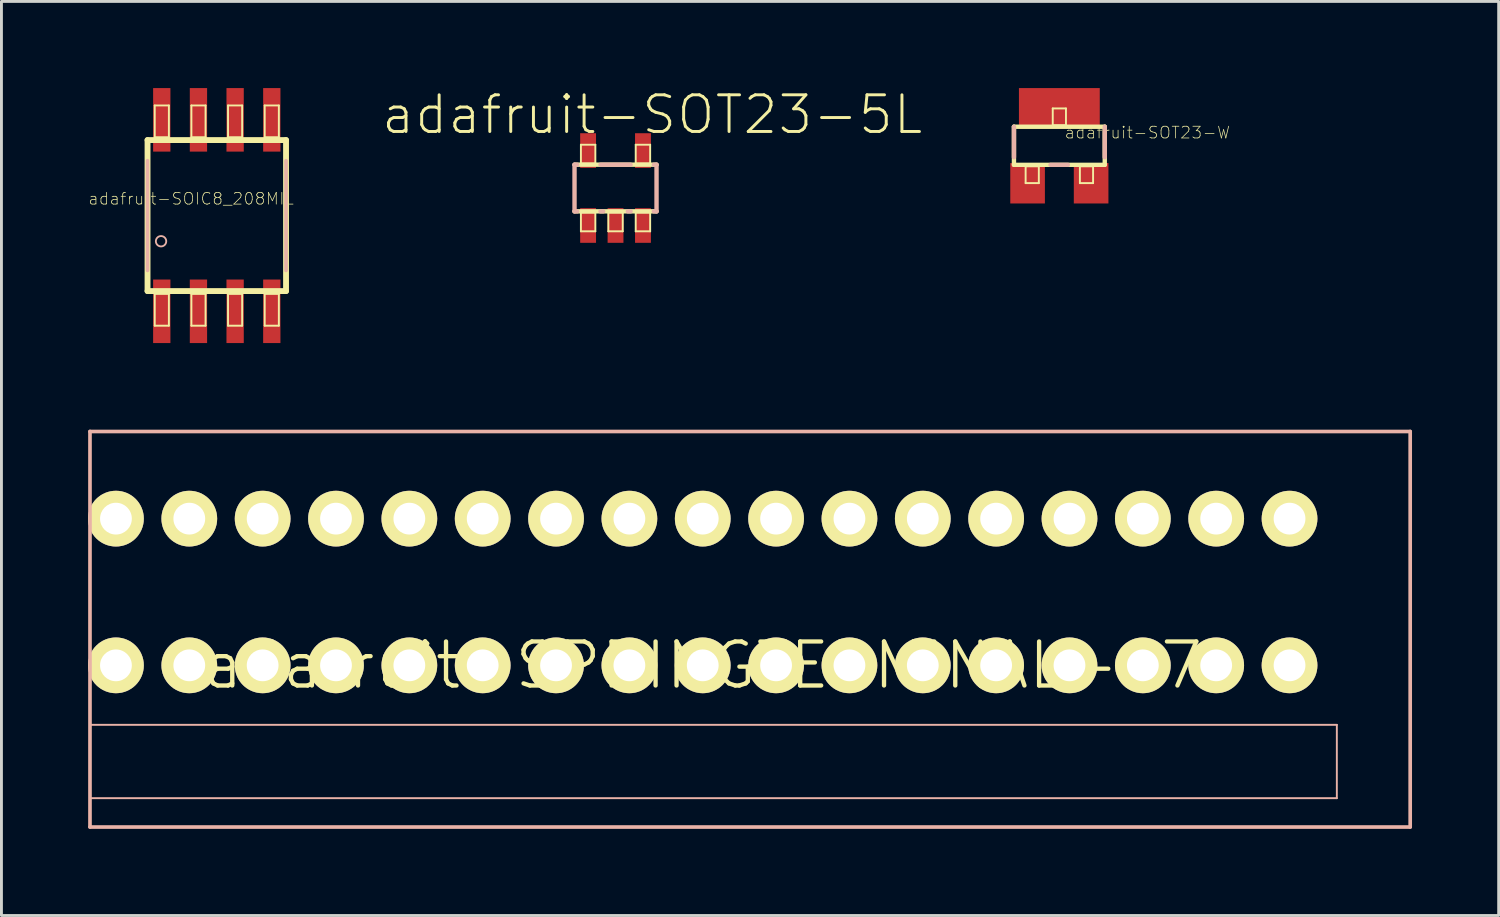
<source format=kicad_pcb>
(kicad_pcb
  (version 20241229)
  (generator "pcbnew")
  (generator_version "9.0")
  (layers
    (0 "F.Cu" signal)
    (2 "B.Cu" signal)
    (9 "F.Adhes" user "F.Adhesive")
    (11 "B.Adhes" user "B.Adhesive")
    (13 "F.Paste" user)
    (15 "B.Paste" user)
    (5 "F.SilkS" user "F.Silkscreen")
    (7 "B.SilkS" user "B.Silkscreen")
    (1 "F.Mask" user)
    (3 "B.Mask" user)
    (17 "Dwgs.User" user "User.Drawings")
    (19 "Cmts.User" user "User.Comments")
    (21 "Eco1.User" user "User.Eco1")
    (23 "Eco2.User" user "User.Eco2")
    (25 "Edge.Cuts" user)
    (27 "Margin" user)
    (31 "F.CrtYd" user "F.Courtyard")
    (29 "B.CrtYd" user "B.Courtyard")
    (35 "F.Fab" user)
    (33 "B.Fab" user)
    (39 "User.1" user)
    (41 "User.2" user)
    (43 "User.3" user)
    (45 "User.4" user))
  (footprint "adafruit-SOIC8_208MIL"
    (layer "F.Cu")
    (at 4.457 4.415)
    (property "Reference" "adafruit-SOIC8_208MIL" (at -0.889 -0.584 0) (layer "F.SilkS") (effects (font (size 0.406 0.406) (thickness 0.025))))
    (attr smd)
    (fp_line (start -2.398 -2.614) (end 2.398 -2.614) (stroke (width 0.203) (type solid)) (layer "F.SilkS"))
    (fp_line (start -2.398 2.614) (end -2.398 -2.614) (stroke (width 0.203) (type solid)) (layer "F.SilkS"))
    (fp_line (start -2.149 -3.813) (end -1.659 -3.813) (stroke (width 0.066) (type solid)) (layer "F.SilkS"))
    (fp_line (start -2.149 -2.713) (end -2.149 -3.813) (stroke (width 0.066) (type solid)) (layer "F.SilkS"))
    (fp_line (start -2.149 -2.713) (end -1.659 -2.713) (stroke (width 0.066) (type solid)) (layer "F.SilkS"))
    (fp_line (start -2.149 2.713) (end -1.659 2.713) (stroke (width 0.066) (type solid)) (layer "F.SilkS"))
    (fp_line (start -2.149 3.813) (end -2.149 2.713) (stroke (width 0.066) (type solid)) (layer "F.SilkS"))
    (fp_line (start -2.149 3.813) (end -1.659 3.813) (stroke (width 0.066) (type solid)) (layer "F.SilkS"))
    (fp_line (start -1.659 -2.713) (end -1.659 -3.813) (stroke (width 0.066) (type solid)) (layer "F.SilkS"))
    (fp_line (start -1.659 3.813) (end -1.659 2.713) (stroke (width 0.066) (type solid)) (layer "F.SilkS"))
    (fp_line (start -0.879 -3.813) (end -0.389 -3.813) (stroke (width 0.066) (type solid)) (layer "F.SilkS"))
    (fp_line (start -0.879 -2.713) (end -0.879 -3.813) (stroke (width 0.066) (type solid)) (layer "F.SilkS"))
    (fp_line (start -0.879 -2.713) (end -0.389 -2.713) (stroke (width 0.066) (type solid)) (layer "F.SilkS"))
    (fp_line (start -0.879 2.713) (end -0.389 2.713) (stroke (width 0.066) (type solid)) (layer "F.SilkS"))
    (fp_line (start -0.879 3.813) (end -0.879 2.713) (stroke (width 0.066) (type solid)) (layer "F.SilkS"))
    (fp_line (start -0.879 3.813) (end -0.389 3.813) (stroke (width 0.066) (type solid)) (layer "F.SilkS"))
    (fp_line (start -0.389 -2.713) (end -0.389 -3.813) (stroke (width 0.066) (type solid)) (layer "F.SilkS"))
    (fp_line (start -0.389 3.813) (end -0.389 2.713) (stroke (width 0.066) (type solid)) (layer "F.SilkS"))
    (fp_line (start 0.389 -3.813) (end 0.879 -3.813) (stroke (width 0.066) (type solid)) (layer "F.SilkS"))
    (fp_line (start 0.389 -2.713) (end 0.389 -3.813) (stroke (width 0.066) (type solid)) (layer "F.SilkS"))
    (fp_line (start 0.389 -2.713) (end 0.879 -2.713) (stroke (width 0.066) (type solid)) (layer "F.SilkS"))
    (fp_line (start 0.389 2.713) (end 0.879 2.713) (stroke (width 0.066) (type solid)) (layer "F.SilkS"))
    (fp_line (start 0.389 3.813) (end 0.389 2.713) (stroke (width 0.066) (type solid)) (layer "F.SilkS"))
    (fp_line (start 0.389 3.813) (end 0.879 3.813) (stroke (width 0.066) (type solid)) (layer "F.SilkS"))
    (fp_line (start 0.879 -2.713) (end 0.879 -3.813) (stroke (width 0.066) (type solid)) (layer "F.SilkS"))
    (fp_line (start 0.879 3.813) (end 0.879 2.713) (stroke (width 0.066) (type solid)) (layer "F.SilkS"))
    (fp_line (start 1.659 -3.813) (end 2.149 -3.813) (stroke (width 0.066) (type solid)) (layer "F.SilkS"))
    (fp_line (start 1.659 -2.713) (end 1.659 -3.813) (stroke (width 0.066) (type solid)) (layer "F.SilkS"))
    (fp_line (start 1.659 -2.713) (end 2.149 -2.713) (stroke (width 0.066) (type solid)) (layer "F.SilkS"))
    (fp_line (start 1.659 2.713) (end 2.149 2.713) (stroke (width 0.066) (type solid)) (layer "F.SilkS"))
    (fp_line (start 1.659 3.813) (end 1.659 2.713) (stroke (width 0.066) (type solid)) (layer "F.SilkS"))
    (fp_line (start 1.659 3.813) (end 2.149 3.813) (stroke (width 0.066) (type solid)) (layer "F.SilkS"))
    (fp_line (start 2.149 -2.713) (end 2.149 -3.813) (stroke (width 0.066) (type solid)) (layer "F.SilkS"))
    (fp_line (start 2.149 3.813) (end 2.149 2.713) (stroke (width 0.066) (type solid)) (layer "F.SilkS"))
    (fp_line (start 2.398 -2.614) (end 2.398 2.614) (stroke (width 0.203) (type solid)) (layer "F.SilkS"))
    (fp_line (start 2.398 2.614) (end -2.398 2.614) (stroke (width 0.203) (type solid)) (layer "F.SilkS"))
    (fp_line (start -2.398 1.9) (end -2.398 -1.9) (stroke (width 0.127) (type solid)) (layer "B.SilkS"))
    (fp_line (start 2.398 -1.9) (end 2.398 1.9) (stroke (width 0.127) (type solid)) (layer "B.SilkS"))
    (fp_circle (center -1.93 0.889) (end -2.057 1.016) (stroke (width 0.064) (type solid)) (fill no) (layer "B.SilkS"))
    (pad "1" smd rect (at -1.905 3.315) (size 0.599 2.2) (layers "F.Cu" "F.Mask" "F.Paste"))
    (pad "2" smd rect (at -0.635 3.315) (size 0.599 2.2) (layers "F.Cu" "F.Mask" "F.Paste"))
    (pad "3" smd rect (at 0.635 3.315) (size 0.599 2.2) (layers "F.Cu" "F.Mask" "F.Paste"))
    (pad "4" smd rect (at 1.905 3.315) (size 0.599 2.2) (layers "F.Cu" "F.Mask" "F.Paste"))
    (pad "5" smd rect (at 1.905 -3.315) (size 0.599 2.2) (layers "F.Cu" "F.Mask" "F.Paste"))
    (pad "6" smd rect (at 0.635 -3.315) (size 0.599 2.2) (layers "F.Cu" "F.Mask" "F.Paste"))
    (pad "7" smd rect (at -0.635 -3.315) (size 0.599 2.2) (layers "F.Cu" "F.Mask" "F.Paste"))
    (pad "8" smd rect (at -1.905 -3.315) (size 0.599 2.2) (layers "F.Cu" "F.Mask" "F.Paste")))
  (footprint "adafruit-SOT23-5L"
    (layer "F.Cu")
    (at 18.265 3.461)
    (property "Reference" "adafruit-SOT23-5L" (at 1.27 -2.54 0) (layer "F.SilkS") (effects (font (size 1.27 1.27) (thickness 0.102))))
    (attr smd)
    (fp_line (start -1.42 -0.808) (end 1.42 -0.808) (stroke (width 0.152) (type solid)) (layer "F.SilkS"))
    (fp_line (start -1.199 -1.499) (end -0.699 -1.499) (stroke (width 0.066) (type solid)) (layer "F.SilkS"))
    (fp_line (start -1.199 -0.848) (end -1.199 -1.499) (stroke (width 0.066) (type solid)) (layer "F.SilkS"))
    (fp_line (start -1.199 -0.848) (end -0.699 -0.848) (stroke (width 0.066) (type solid)) (layer "F.SilkS"))
    (fp_line (start -1.199 0.848) (end -0.699 0.848) (stroke (width 0.066) (type solid)) (layer "F.SilkS"))
    (fp_line (start -1.199 1.499) (end -1.199 0.848) (stroke (width 0.066) (type solid)) (layer "F.SilkS"))
    (fp_line (start -1.199 1.499) (end -0.699 1.499) (stroke (width 0.066) (type solid)) (layer "F.SilkS"))
    (fp_line (start -0.699 -0.848) (end -0.699 -1.499) (stroke (width 0.066) (type solid)) (layer "F.SilkS"))
    (fp_line (start -0.699 1.499) (end -0.699 0.848) (stroke (width 0.066) (type solid)) (layer "F.SilkS"))
    (fp_line (start -0.249 0.848) (end 0.249 0.848) (stroke (width 0.066) (type solid)) (layer "F.SilkS"))
    (fp_line (start -0.249 1.499) (end -0.249 0.848) (stroke (width 0.066) (type solid)) (layer "F.SilkS"))
    (fp_line (start -0.249 1.499) (end 0.249 1.499) (stroke (width 0.066) (type solid)) (layer "F.SilkS"))
    (fp_line (start 0.249 1.499) (end 0.249 0.848) (stroke (width 0.066) (type solid)) (layer "F.SilkS"))
    (fp_line (start 0.699 -1.499) (end 1.199 -1.499) (stroke (width 0.066) (type solid)) (layer "F.SilkS"))
    (fp_line (start 0.699 -0.848) (end 0.699 -1.499) (stroke (width 0.066) (type solid)) (layer "F.SilkS"))
    (fp_line (start 0.699 -0.848) (end 1.199 -0.848) (stroke (width 0.066) (type solid)) (layer "F.SilkS"))
    (fp_line (start 0.699 0.848) (end 1.199 0.848) (stroke (width 0.066) (type solid)) (layer "F.SilkS"))
    (fp_line (start 0.699 1.499) (end 0.699 0.848) (stroke (width 0.066) (type solid)) (layer "F.SilkS"))
    (fp_line (start 0.699 1.499) (end 1.199 1.499) (stroke (width 0.066) (type solid)) (layer "F.SilkS"))
    (fp_line (start 1.199 -0.848) (end 1.199 -1.499) (stroke (width 0.066) (type solid)) (layer "F.SilkS"))
    (fp_line (start 1.199 1.499) (end 1.199 0.848) (stroke (width 0.066) (type solid)) (layer "F.SilkS"))
    (fp_line (start 1.42 0.808) (end -1.42 0.808) (stroke (width 0.152) (type solid)) (layer "F.SilkS"))
    (fp_line (start -1.42 -0.808) (end -1.326 -0.808) (stroke (width 0.152) (type solid)) (layer "B.SilkS"))
    (fp_line (start -1.42 0.808) (end -1.42 -0.808) (stroke (width 0.152) (type solid)) (layer "B.SilkS"))
    (fp_line (start -1.326 0.808) (end -1.42 0.808) (stroke (width 0.152) (type solid)) (layer "B.SilkS"))
    (fp_line (start -0.521 -0.808) (end 0.521 -0.808) (stroke (width 0.152) (type solid)) (layer "B.SilkS"))
    (fp_line (start -0.427 0.808) (end -0.521 0.808) (stroke (width 0.152) (type solid)) (layer "B.SilkS"))
    (fp_line (start 0.521 0.808) (end 0.427 0.808) (stroke (width 0.152) (type solid)) (layer "B.SilkS"))
    (fp_line (start 1.326 -0.808) (end 1.42 -0.808) (stroke (width 0.152) (type solid)) (layer "B.SilkS"))
    (fp_line (start 1.42 -0.808) (end 1.42 0.808) (stroke (width 0.152) (type solid)) (layer "B.SilkS"))
    (fp_line (start 1.42 0.808) (end 1.326 0.808) (stroke (width 0.152) (type solid)) (layer "B.SilkS"))
    (pad "1" smd rect (at -0.95 1.298) (size 0.549 1.199) (layers "F.Cu" "F.Mask" "F.Paste"))
    (pad "2" smd rect (at 0 1.298) (size 0.549 1.199) (layers "F.Cu" "F.Mask" "F.Paste"))
    (pad "3" smd rect (at 0.95 1.298) (size 0.549 1.199) (layers "F.Cu" "F.Mask" "F.Paste"))
    (pad "4" smd rect (at 0.95 -1.298) (size 0.549 1.199) (layers "F.Cu" "F.Mask" "F.Paste"))
    (pad "5" smd rect (at -0.95 -1.298) (size 0.549 1.199) (layers "F.Cu" "F.Mask" "F.Paste")))
  (footprint "adafruit-SPRINGTERMINAL-17"
    (layer "F.Cu")
    (at 21.285 19.99)
    (property "Reference" "adafruit-SPRINGTERMINAL-17" (at 0 0 0) (layer "F.SilkS") (effects (font (size 1.524 1.524) (thickness 0.15))))
    (attr exclude_from_pos_files exclude_from_bom)
    (fp_line (start -21.219 -8.098) (end 24.498 -8.098) (stroke (width 0.127) (type solid)) (layer "B.SilkS"))
    (fp_line (start -21.219 2.06) (end 21.958 2.06) (stroke (width 0.066) (type solid)) (layer "B.SilkS"))
    (fp_line (start -21.219 4.6) (end -21.219 2.06) (stroke (width 0.066) (type solid)) (layer "B.SilkS"))
    (fp_line (start -21.219 4.6) (end 21.958 4.6) (stroke (width 0.066) (type solid)) (layer "B.SilkS"))
    (fp_line (start -21.219 5.598) (end -21.219 -8.098) (stroke (width 0.127) (type solid)) (layer "B.SilkS"))
    (fp_line (start 21.958 4.6) (end 21.958 2.06) (stroke (width 0.066) (type solid)) (layer "B.SilkS"))
    (fp_line (start 24.498 -8.098) (end 24.498 5.598) (stroke (width 0.127) (type solid)) (layer "B.SilkS"))
    (fp_line (start 24.498 5.598) (end -21.219 5.598) (stroke (width 0.127) (type solid)) (layer "B.SilkS"))
    (pad "1" thru_hole circle (at -20.32 -5.08) (size 1.93 1.93) (drill 1.1) (layers "*.Cu" "F.Mask" "F.SilkS" "F.Paste"))
    (pad "1'" thru_hole circle (at -20.32 0) (size 1.93 1.93) (drill 1.1) (layers "*.Cu" "F.Mask" "F.SilkS" "F.Paste"))
    (pad "2" thru_hole circle (at -17.78 -5.08) (size 1.93 1.93) (drill 1.1) (layers "*.Cu" "F.Mask" "F.SilkS" "F.Paste"))
    (pad "2'" thru_hole circle (at -17.78 0) (size 1.93 1.93) (drill 1.1) (layers "*.Cu" "F.Mask" "F.SilkS" "F.Paste"))
    (pad "3" thru_hole circle (at -15.24 -5.08) (size 1.93 1.93) (drill 1.1) (layers "*.Cu" "F.Mask" "F.SilkS" "F.Paste"))
    (pad "3'" thru_hole circle (at -15.24 0) (size 1.93 1.93) (drill 1.1) (layers "*.Cu" "F.Mask" "F.SilkS" "F.Paste"))
    (pad "4" thru_hole circle (at -12.7 -5.08) (size 1.93 1.93) (drill 1.1) (layers "*.Cu" "F.Mask" "F.SilkS" "F.Paste"))
    (pad "4'" thru_hole circle (at -12.7 0) (size 1.93 1.93) (drill 1.1) (layers "*.Cu" "F.Mask" "F.SilkS" "F.Paste"))
    (pad "5" thru_hole circle (at -10.16 -5.08) (size 1.93 1.93) (drill 1.1) (layers "*.Cu" "F.Mask" "F.SilkS" "F.Paste"))
    (pad "5'" thru_hole circle (at -10.16 0) (size 1.93 1.93) (drill 1.1) (layers "*.Cu" "F.Mask" "F.SilkS" "F.Paste"))
    (pad "6" thru_hole circle (at -7.62 -5.08) (size 1.93 1.93) (drill 1.1) (layers "*.Cu" "F.Mask" "F.SilkS" "F.Paste"))
    (pad "6'" thru_hole circle (at -7.62 0) (size 1.93 1.93) (drill 1.1) (layers "*.Cu" "F.Mask" "F.SilkS" "F.Paste"))
    (pad "7" thru_hole circle (at -5.08 -5.08) (size 1.93 1.93) (drill 1.1) (layers "*.Cu" "F.Mask" "F.SilkS" "F.Paste"))
    (pad "7'" thru_hole circle (at -5.08 0) (size 1.93 1.93) (drill 1.1) (layers "*.Cu" "F.Mask" "F.SilkS" "F.Paste"))
    (pad "8" thru_hole circle (at -2.54 -5.08) (size 1.93 1.93) (drill 1.1) (layers "*.Cu" "F.Mask" "F.SilkS" "F.Paste"))
    (pad "8'" thru_hole circle (at -2.54 0) (size 1.93 1.93) (drill 1.1) (layers "*.Cu" "F.Mask" "F.SilkS" "F.Paste"))
    (pad "9" thru_hole circle (at 0 -5.08) (size 1.93 1.93) (drill 1.1) (layers "*.Cu" "F.Mask" "F.SilkS" "F.Paste"))
    (pad "9'" thru_hole circle (at 0 0) (size 1.93 1.93) (drill 1.1) (layers "*.Cu" "F.Mask" "F.SilkS" "F.Paste"))
    (pad "10" thru_hole circle (at 2.54 -5.08) (size 1.93 1.93) (drill 1.1) (layers "*.Cu" "F.Mask" "F.SilkS" "F.Paste"))
    (pad "10'" thru_hole circle (at 2.54 0) (size 1.93 1.93) (drill 1.1) (layers "*.Cu" "F.Mask" "F.SilkS" "F.Paste"))
    (pad "11" thru_hole circle (at 5.08 -5.08) (size 1.93 1.93) (drill 1.1) (layers "*.Cu" "F.Mask" "F.SilkS" "F.Paste"))
    (pad "11'" thru_hole circle (at 5.08 0) (size 1.93 1.93) (drill 1.1) (layers "*.Cu" "F.Mask" "F.SilkS" "F.Paste"))
    (pad "12" thru_hole circle (at 7.62 -5.08) (size 1.93 1.93) (drill 1.1) (layers "*.Cu" "F.Mask" "F.SilkS" "F.Paste"))
    (pad "12'" thru_hole circle (at 7.62 0) (size 1.93 1.93) (drill 1.1) (layers "*.Cu" "F.Mask" "F.SilkS" "F.Paste"))
    (pad "13" thru_hole circle (at 10.16 -5.08) (size 1.93 1.93) (drill 1.1) (layers "*.Cu" "F.Mask" "F.SilkS" "F.Paste"))
    (pad "13'" thru_hole circle (at 10.16 0) (size 1.93 1.93) (drill 1.1) (layers "*.Cu" "F.Mask" "F.SilkS" "F.Paste"))
    (pad "14" thru_hole circle (at 12.7 -5.08) (size 1.93 1.93) (drill 1.1) (layers "*.Cu" "F.Mask" "F.SilkS" "F.Paste"))
    (pad "14'" thru_hole circle (at 12.7 0) (size 1.93 1.93) (drill 1.1) (layers "*.Cu" "F.Mask" "F.SilkS" "F.Paste"))
    (pad "15" thru_hole circle (at 15.24 -5.08) (size 1.93 1.93) (drill 1.1) (layers "*.Cu" "F.Mask" "F.SilkS" "F.Paste"))
    (pad "15'" thru_hole circle (at 15.24 0) (size 1.93 1.93) (drill 1.1) (layers "*.Cu" "F.Mask" "F.SilkS" "F.Paste"))
    (pad "16" thru_hole circle (at 17.78 -5.08) (size 1.93 1.93) (drill 1.1) (layers "*.Cu" "F.Mask" "F.SilkS" "F.Paste"))
    (pad "16'" thru_hole circle (at 17.78 0) (size 1.93 1.93) (drill 1.1) (layers "*.Cu" "F.Mask" "F.SilkS" "F.Paste"))
    (pad "17" thru_hole circle (at 20.32 -5.08) (size 1.93 1.93) (drill 1.1) (layers "*.Cu" "F.Mask" "F.SilkS" "F.Paste"))
    (pad "17'" thru_hole circle (at 20.32 0) (size 1.93 1.93) (drill 1.1) (layers "*.Cu" "F.Mask" "F.SilkS" "F.Paste")))
  (footprint "adafruit-SOT23-W"
    (layer "F.Cu")
    (at 33.634 1.998)
    (property "Reference" "adafruit-SOT23-W" (at 3.048 -0.457 0) (layer "F.SilkS") (effects (font (size 0.406 0.406) (thickness 0.025))))
    (attr smd)
    (fp_line (start -1.572 -0.66) (end 1.572 -0.66) (stroke (width 0.152) (type solid)) (layer "F.SilkS"))
    (fp_line (start -1.572 0.66) (end -1.572 -0.66) (stroke (width 0.152) (type solid)) (layer "F.SilkS"))
    (fp_line (start -1.168 0.711) (end -0.711 0.711) (stroke (width 0.066) (type solid)) (layer "F.SilkS"))
    (fp_line (start -1.168 1.293) (end -1.168 0.711) (stroke (width 0.066) (type solid)) (layer "F.SilkS"))
    (fp_line (start -1.168 1.293) (end -0.711 1.293) (stroke (width 0.066) (type solid)) (layer "F.SilkS"))
    (fp_line (start -0.711 1.293) (end -0.711 0.711) (stroke (width 0.066) (type solid)) (layer "F.SilkS"))
    (fp_line (start -0.229 -1.293) (end 0.229 -1.293) (stroke (width 0.066) (type solid)) (layer "F.SilkS"))
    (fp_line (start -0.229 -0.711) (end -0.229 -1.293) (stroke (width 0.066) (type solid)) (layer "F.SilkS"))
    (fp_line (start -0.229 -0.711) (end 0.229 -0.711) (stroke (width 0.066) (type solid)) (layer "F.SilkS"))
    (fp_line (start 0.229 -0.711) (end 0.229 -1.293) (stroke (width 0.066) (type solid)) (layer "F.SilkS"))
    (fp_line (start 0.711 0.711) (end 1.168 0.711) (stroke (width 0.066) (type solid)) (layer "F.SilkS"))
    (fp_line (start 0.711 1.293) (end 0.711 0.711) (stroke (width 0.066) (type solid)) (layer "F.SilkS"))
    (fp_line (start 0.711 1.293) (end 1.168 1.293) (stroke (width 0.066) (type solid)) (layer "F.SilkS"))
    (fp_line (start 1.168 1.293) (end 1.168 0.711) (stroke (width 0.066) (type solid)) (layer "F.SilkS"))
    (fp_line (start 1.572 -0.66) (end 1.572 0.66) (stroke (width 0.152) (type solid)) (layer "F.SilkS"))
    (fp_line (start 1.572 0.66) (end -1.572 0.66) (stroke (width 0.152) (type solid)) (layer "F.SilkS"))
    (fp_line (start -1.572 0.396) (end -1.572 -0.66) (stroke (width 0.152) (type solid)) (layer "B.SilkS"))
    (fp_line (start 0.295 0.66) (end -0.307 0.66) (stroke (width 0.152) (type solid)) (layer "B.SilkS"))
    (fp_line (start 1.572 -0.66) (end 1.572 0.396) (stroke (width 0.152) (type solid)) (layer "B.SilkS"))
    (pad "1" smd rect (at -1.1 1.298) (size 1.199 1.4) (layers "F.Cu" "F.Mask" "F.Paste"))
    (pad "2" smd rect (at 1.1 1.298) (size 1.199 1.4) (layers "F.Cu" "F.Mask" "F.Paste"))
    (pad "3" smd rect (at 0 -1.298) (size 2.799 1.4) (layers "F.Cu" "F.Mask" "F.Paste")))
  (gr_rect
    (start -3 -3)
    (end 48.847 28.652)
    (stroke (width 0.1) (type default))
    (fill no)
    (layer "Edge.Cuts")))
</source>
